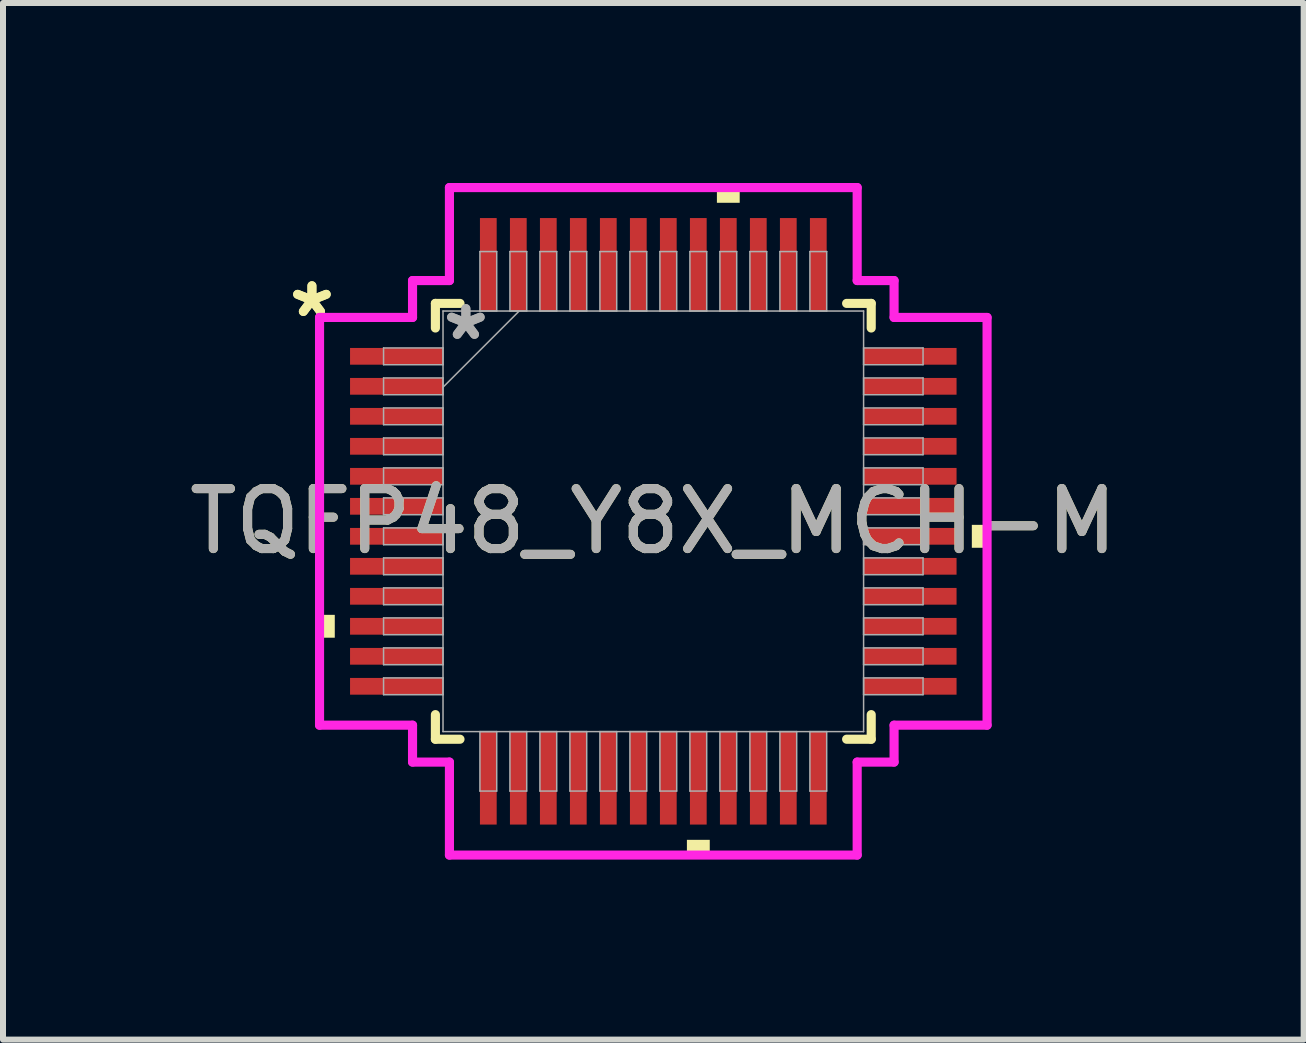
<source format=kicad_pcb>
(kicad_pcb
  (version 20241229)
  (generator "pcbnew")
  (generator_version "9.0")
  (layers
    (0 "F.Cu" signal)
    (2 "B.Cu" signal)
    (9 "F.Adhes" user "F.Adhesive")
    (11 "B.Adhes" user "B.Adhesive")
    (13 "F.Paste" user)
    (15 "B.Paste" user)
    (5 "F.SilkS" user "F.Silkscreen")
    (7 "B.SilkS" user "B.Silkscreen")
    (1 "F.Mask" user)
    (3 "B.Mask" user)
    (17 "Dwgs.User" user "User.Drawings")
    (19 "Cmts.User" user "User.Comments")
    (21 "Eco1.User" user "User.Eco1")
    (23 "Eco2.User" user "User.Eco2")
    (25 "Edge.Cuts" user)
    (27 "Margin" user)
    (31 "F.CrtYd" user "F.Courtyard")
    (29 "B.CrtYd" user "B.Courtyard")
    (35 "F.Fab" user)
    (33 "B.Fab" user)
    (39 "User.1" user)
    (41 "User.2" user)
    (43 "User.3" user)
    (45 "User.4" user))
  (footprint "TQFP48_Y8X_MCH-M"
    (layer "F.Cu")
    (at 7.839 5.639)
    (property "Reference" "TQFP48_Y8X_MCH-M" (at 0 0 0) (unlocked yes) (layer "F.SilkS") (effects (font (size 1 1) (thickness 0.15))))
    (attr smd)
    (fp_line (start -3.632 -3.632) (end -3.632 -3.222) (stroke (width 0.152) (type solid)) (layer "F.SilkS"))
    (fp_line (start -3.632 3.222) (end -3.632 3.632) (stroke (width 0.152) (type solid)) (layer "F.SilkS"))
    (fp_line (start -3.632 3.632) (end -3.222 3.632) (stroke (width 0.152) (type solid)) (layer "F.SilkS"))
    (fp_line (start -3.222 -3.632) (end -3.632 -3.632) (stroke (width 0.152) (type solid)) (layer "F.SilkS"))
    (fp_line (start 3.222 3.632) (end 3.632 3.632) (stroke (width 0.152) (type solid)) (layer "F.SilkS"))
    (fp_line (start 3.632 -3.632) (end 3.222 -3.632) (stroke (width 0.152) (type solid)) (layer "F.SilkS"))
    (fp_line (start 3.632 -3.222) (end 3.632 -3.632) (stroke (width 0.152) (type solid)) (layer "F.SilkS"))
    (fp_line (start 3.632 3.632) (end 3.632 3.222) (stroke (width 0.152) (type solid)) (layer "F.SilkS"))
    (fp_poly (pts (xy -5.563 1.559) (xy -5.563 1.94) (xy -5.309 1.94) (xy -5.309 1.559)) (stroke (width 0) (type solid)) (fill yes) (layer "F.SilkS"))
    (fp_poly (pts (xy 0.56 5.309) (xy 0.56 5.563) (xy 0.941 5.563) (xy 0.941 5.309)) (stroke (width 0) (type solid)) (fill yes) (layer "F.SilkS"))
    (fp_poly (pts (xy 1.06 -5.309) (xy 1.06 -5.563) (xy 1.44 -5.563) (xy 1.44 -5.309)) (stroke (width 0) (type solid)) (fill yes) (layer "F.SilkS"))
    (fp_poly (pts (xy 5.563 0.059) (xy 5.563 0.441) (xy 5.309 0.441) (xy 5.309 0.059)) (stroke (width 0) (type solid)) (fill yes) (layer "F.SilkS"))
    (fp_line (start -5.563 -3.398) (end -4.013 -3.398) (stroke (width 0.152) (type solid)) (layer "F.CrtYd"))
    (fp_line (start -5.563 3.398) (end -5.563 -3.398) (stroke (width 0.152) (type solid)) (layer "F.CrtYd"))
    (fp_line (start -4.013 -4.013) (end -3.398 -4.013) (stroke (width 0.152) (type solid)) (layer "F.CrtYd"))
    (fp_line (start -4.013 -3.398) (end -4.013 -4.013) (stroke (width 0.152) (type solid)) (layer "F.CrtYd"))
    (fp_line (start -4.013 3.398) (end -5.563 3.398) (stroke (width 0.152) (type solid)) (layer "F.CrtYd"))
    (fp_line (start -4.013 4.013) (end -4.013 3.398) (stroke (width 0.152) (type solid)) (layer "F.CrtYd"))
    (fp_line (start -4.013 4.013) (end -3.398 4.013) (stroke (width 0.152) (type solid)) (layer "F.CrtYd"))
    (fp_line (start -3.398 -5.563) (end 3.398 -5.563) (stroke (width 0.152) (type solid)) (layer "F.CrtYd"))
    (fp_line (start -3.398 -4.013) (end -3.398 -5.563) (stroke (width 0.152) (type solid)) (layer "F.CrtYd"))
    (fp_line (start -3.398 4.013) (end -3.398 5.563) (stroke (width 0.152) (type solid)) (layer "F.CrtYd"))
    (fp_line (start -3.398 5.563) (end 3.398 5.563) (stroke (width 0.152) (type solid)) (layer "F.CrtYd"))
    (fp_line (start 3.398 -5.563) (end 3.398 -4.013) (stroke (width 0.152) (type solid)) (layer "F.CrtYd"))
    (fp_line (start 3.398 -4.013) (end 4.013 -4.013) (stroke (width 0.152) (type solid)) (layer "F.CrtYd"))
    (fp_line (start 3.398 4.013) (end 4.013 4.013) (stroke (width 0.152) (type solid)) (layer "F.CrtYd"))
    (fp_line (start 3.398 5.563) (end 3.398 4.013) (stroke (width 0.152) (type solid)) (layer "F.CrtYd"))
    (fp_line (start 4.013 -3.398) (end 4.013 -4.013) (stroke (width 0.152) (type solid)) (layer "F.CrtYd"))
    (fp_line (start 4.013 3.398) (end 5.563 3.398) (stroke (width 0.152) (type solid)) (layer "F.CrtYd"))
    (fp_line (start 4.013 4.013) (end 4.013 3.398) (stroke (width 0.152) (type solid)) (layer "F.CrtYd"))
    (fp_line (start 5.563 -3.398) (end 4.013 -3.398) (stroke (width 0.152) (type solid)) (layer "F.CrtYd"))
    (fp_line (start 5.563 3.398) (end 5.563 -3.398) (stroke (width 0.152) (type solid)) (layer "F.CrtYd"))
    (fp_line (start -4.496 -2.89) (end -4.496 -2.61) (stroke (width 0.025) (type solid)) (layer "F.Fab"))
    (fp_line (start -4.496 -2.61) (end -3.505 -2.61) (stroke (width 0.025) (type solid)) (layer "F.Fab"))
    (fp_line (start -4.496 -2.39) (end -4.496 -2.11) (stroke (width 0.025) (type solid)) (layer "F.Fab"))
    (fp_line (start -4.496 -2.11) (end -3.505 -2.11) (stroke (width 0.025) (type solid)) (layer "F.Fab"))
    (fp_line (start -4.496 -1.89) (end -4.496 -1.61) (stroke (width 0.025) (type solid)) (layer "F.Fab"))
    (fp_line (start -4.496 -1.61) (end -3.505 -1.61) (stroke (width 0.025) (type solid)) (layer "F.Fab"))
    (fp_line (start -4.496 -1.39) (end -4.496 -1.11) (stroke (width 0.025) (type solid)) (layer "F.Fab"))
    (fp_line (start -4.496 -1.11) (end -3.505 -1.11) (stroke (width 0.025) (type solid)) (layer "F.Fab"))
    (fp_line (start -4.496 -0.89) (end -4.496 -0.61) (stroke (width 0.025) (type solid)) (layer "F.Fab"))
    (fp_line (start -4.496 -0.61) (end -3.505 -0.61) (stroke (width 0.025) (type solid)) (layer "F.Fab"))
    (fp_line (start -4.496 -0.39) (end -4.496 -0.11) (stroke (width 0.025) (type solid)) (layer "F.Fab"))
    (fp_line (start -4.496 -0.11) (end -3.505 -0.11) (stroke (width 0.025) (type solid)) (layer "F.Fab"))
    (fp_line (start -4.496 0.11) (end -4.496 0.39) (stroke (width 0.025) (type solid)) (layer "F.Fab"))
    (fp_line (start -4.496 0.39) (end -3.505 0.39) (stroke (width 0.025) (type solid)) (layer "F.Fab"))
    (fp_line (start -4.496 0.61) (end -4.496 0.89) (stroke (width 0.025) (type solid)) (layer "F.Fab"))
    (fp_line (start -4.496 0.89) (end -3.505 0.89) (stroke (width 0.025) (type solid)) (layer "F.Fab"))
    (fp_line (start -4.496 1.11) (end -4.496 1.39) (stroke (width 0.025) (type solid)) (layer "F.Fab"))
    (fp_line (start -4.496 1.39) (end -3.505 1.39) (stroke (width 0.025) (type solid)) (layer "F.Fab"))
    (fp_line (start -4.496 1.61) (end -4.496 1.89) (stroke (width 0.025) (type solid)) (layer "F.Fab"))
    (fp_line (start -4.496 1.89) (end -3.505 1.89) (stroke (width 0.025) (type solid)) (layer "F.Fab"))
    (fp_line (start -4.496 2.11) (end -4.496 2.39) (stroke (width 0.025) (type solid)) (layer "F.Fab"))
    (fp_line (start -4.496 2.39) (end -3.505 2.39) (stroke (width 0.025) (type solid)) (layer "F.Fab"))
    (fp_line (start -4.496 2.61) (end -4.496 2.89) (stroke (width 0.025) (type solid)) (layer "F.Fab"))
    (fp_line (start -4.496 2.89) (end -3.505 2.89) (stroke (width 0.025) (type solid)) (layer "F.Fab"))
    (fp_line (start -3.505 -3.505) (end -3.505 3.505) (stroke (width 0.025) (type solid)) (layer "F.Fab"))
    (fp_line (start -3.505 -2.89) (end -4.496 -2.89) (stroke (width 0.025) (type solid)) (layer "F.Fab"))
    (fp_line (start -3.505 -2.61) (end -3.505 -2.89) (stroke (width 0.025) (type solid)) (layer "F.Fab"))
    (fp_line (start -3.505 -2.39) (end -4.496 -2.39) (stroke (width 0.025) (type solid)) (layer "F.Fab"))
    (fp_line (start -3.505 -2.235) (end -2.235 -3.505) (stroke (width 0.025) (type solid)) (layer "F.Fab"))
    (fp_line (start -3.505 -2.11) (end -3.505 -2.39) (stroke (width 0.025) (type solid)) (layer "F.Fab"))
    (fp_line (start -3.505 -1.89) (end -4.496 -1.89) (stroke (width 0.025) (type solid)) (layer "F.Fab"))
    (fp_line (start -3.505 -1.61) (end -3.505 -1.89) (stroke (width 0.025) (type solid)) (layer "F.Fab"))
    (fp_line (start -3.505 -1.39) (end -4.496 -1.39) (stroke (width 0.025) (type solid)) (layer "F.Fab"))
    (fp_line (start -3.505 -1.11) (end -3.505 -1.39) (stroke (width 0.025) (type solid)) (layer "F.Fab"))
    (fp_line (start -3.505 -0.89) (end -4.496 -0.89) (stroke (width 0.025) (type solid)) (layer "F.Fab"))
    (fp_line (start -3.505 -0.61) (end -3.505 -0.89) (stroke (width 0.025) (type solid)) (layer "F.Fab"))
    (fp_line (start -3.505 -0.39) (end -4.496 -0.39) (stroke (width 0.025) (type solid)) (layer "F.Fab"))
    (fp_line (start -3.505 -0.11) (end -3.505 -0.39) (stroke (width 0.025) (type solid)) (layer "F.Fab"))
    (fp_line (start -3.505 0.11) (end -4.496 0.11) (stroke (width 0.025) (type solid)) (layer "F.Fab"))
    (fp_line (start -3.505 0.39) (end -3.505 0.11) (stroke (width 0.025) (type solid)) (layer "F.Fab"))
    (fp_line (start -3.505 0.61) (end -4.496 0.61) (stroke (width 0.025) (type solid)) (layer "F.Fab"))
    (fp_line (start -3.505 0.89) (end -3.505 0.61) (stroke (width 0.025) (type solid)) (layer "F.Fab"))
    (fp_line (start -3.505 1.11) (end -4.496 1.11) (stroke (width 0.025) (type solid)) (layer "F.Fab"))
    (fp_line (start -3.505 1.39) (end -3.505 1.11) (stroke (width 0.025) (type solid)) (layer "F.Fab"))
    (fp_line (start -3.505 1.61) (end -4.496 1.61) (stroke (width 0.025) (type solid)) (layer "F.Fab"))
    (fp_line (start -3.505 1.89) (end -3.505 1.61) (stroke (width 0.025) (type solid)) (layer "F.Fab"))
    (fp_line (start -3.505 2.11) (end -4.496 2.11) (stroke (width 0.025) (type solid)) (layer "F.Fab"))
    (fp_line (start -3.505 2.39) (end -3.505 2.11) (stroke (width 0.025) (type solid)) (layer "F.Fab"))
    (fp_line (start -3.505 2.61) (end -4.496 2.61) (stroke (width 0.025) (type solid)) (layer "F.Fab"))
    (fp_line (start -3.505 2.89) (end -3.505 2.61) (stroke (width 0.025) (type solid)) (layer "F.Fab"))
    (fp_line (start -3.505 3.505) (end 3.505 3.505) (stroke (width 0.025) (type solid)) (layer "F.Fab"))
    (fp_line (start -2.89 -4.496) (end -2.89 -3.505) (stroke (width 0.025) (type solid)) (layer "F.Fab"))
    (fp_line (start -2.89 -3.505) (end -2.61 -3.505) (stroke (width 0.025) (type solid)) (layer "F.Fab"))
    (fp_line (start -2.89 3.505) (end -2.89 4.496) (stroke (width 0.025) (type solid)) (layer "F.Fab"))
    (fp_line (start -2.89 4.496) (end -2.61 4.496) (stroke (width 0.025) (type solid)) (layer "F.Fab"))
    (fp_line (start -2.61 -4.496) (end -2.89 -4.496) (stroke (width 0.025) (type solid)) (layer "F.Fab"))
    (fp_line (start -2.61 -3.505) (end -2.61 -4.496) (stroke (width 0.025) (type solid)) (layer "F.Fab"))
    (fp_line (start -2.61 3.505) (end -2.89 3.505) (stroke (width 0.025) (type solid)) (layer "F.Fab"))
    (fp_line (start -2.61 4.496) (end -2.61 3.505) (stroke (width 0.025) (type solid)) (layer "F.Fab"))
    (fp_line (start -2.39 -4.496) (end -2.39 -3.505) (stroke (width 0.025) (type solid)) (layer "F.Fab"))
    (fp_line (start -2.39 -3.505) (end -2.11 -3.505) (stroke (width 0.025) (type solid)) (layer "F.Fab"))
    (fp_line (start -2.39 3.505) (end -2.39 4.496) (stroke (width 0.025) (type solid)) (layer "F.Fab"))
    (fp_line (start -2.39 4.496) (end -2.11 4.496) (stroke (width 0.025) (type solid)) (layer "F.Fab"))
    (fp_line (start -2.11 -4.496) (end -2.39 -4.496) (stroke (width 0.025) (type solid)) (layer "F.Fab"))
    (fp_line (start -2.11 -3.505) (end -2.11 -4.496) (stroke (width 0.025) (type solid)) (layer "F.Fab"))
    (fp_line (start -2.11 3.505) (end -2.39 3.505) (stroke (width 0.025) (type solid)) (layer "F.Fab"))
    (fp_line (start -2.11 4.496) (end -2.11 3.505) (stroke (width 0.025) (type solid)) (layer "F.Fab"))
    (fp_line (start -1.89 -4.496) (end -1.89 -3.505) (stroke (width 0.025) (type solid)) (layer "F.Fab"))
    (fp_line (start -1.89 -3.505) (end -1.61 -3.505) (stroke (width 0.025) (type solid)) (layer "F.Fab"))
    (fp_line (start -1.89 3.505) (end -1.89 4.496) (stroke (width 0.025) (type solid)) (layer "F.Fab"))
    (fp_line (start -1.89 4.496) (end -1.61 4.496) (stroke (width 0.025) (type solid)) (layer "F.Fab"))
    (fp_line (start -1.61 -4.496) (end -1.89 -4.496) (stroke (width 0.025) (type solid)) (layer "F.Fab"))
    (fp_line (start -1.61 -3.505) (end -1.61 -4.496) (stroke (width 0.025) (type solid)) (layer "F.Fab"))
    (fp_line (start -1.61 3.505) (end -1.89 3.505) (stroke (width 0.025) (type solid)) (layer "F.Fab"))
    (fp_line (start -1.61 4.496) (end -1.61 3.505) (stroke (width 0.025) (type solid)) (layer "F.Fab"))
    (fp_line (start -1.39 -4.496) (end -1.39 -3.505) (stroke (width 0.025) (type solid)) (layer "F.Fab"))
    (fp_line (start -1.39 -3.505) (end -1.11 -3.505) (stroke (width 0.025) (type solid)) (layer "F.Fab"))
    (fp_line (start -1.39 3.505) (end -1.39 4.496) (stroke (width 0.025) (type solid)) (layer "F.Fab"))
    (fp_line (start -1.39 4.496) (end -1.11 4.496) (stroke (width 0.025) (type solid)) (layer "F.Fab"))
    (fp_line (start -1.11 -4.496) (end -1.39 -4.496) (stroke (width 0.025) (type solid)) (layer "F.Fab"))
    (fp_line (start -1.11 -3.505) (end -1.11 -4.496) (stroke (width 0.025) (type solid)) (layer "F.Fab"))
    (fp_line (start -1.11 3.505) (end -1.39 3.505) (stroke (width 0.025) (type solid)) (layer "F.Fab"))
    (fp_line (start -1.11 4.496) (end -1.11 3.505) (stroke (width 0.025) (type solid)) (layer "F.Fab"))
    (fp_line (start -0.89 -4.496) (end -0.89 -3.505) (stroke (width 0.025) (type solid)) (layer "F.Fab"))
    (fp_line (start -0.89 -3.505) (end -0.61 -3.505) (stroke (width 0.025) (type solid)) (layer "F.Fab"))
    (fp_line (start -0.89 3.505) (end -0.89 4.496) (stroke (width 0.025) (type solid)) (layer "F.Fab"))
    (fp_line (start -0.89 4.496) (end -0.61 4.496) (stroke (width 0.025) (type solid)) (layer "F.Fab"))
    (fp_line (start -0.61 -4.496) (end -0.89 -4.496) (stroke (width 0.025) (type solid)) (layer "F.Fab"))
    (fp_line (start -0.61 -3.505) (end -0.61 -4.496) (stroke (width 0.025) (type solid)) (layer "F.Fab"))
    (fp_line (start -0.61 3.505) (end -0.89 3.505) (stroke (width 0.025) (type solid)) (layer "F.Fab"))
    (fp_line (start -0.61 4.496) (end -0.61 3.505) (stroke (width 0.025) (type solid)) (layer "F.Fab"))
    (fp_line (start -0.39 -4.496) (end -0.39 -3.505) (stroke (width 0.025) (type solid)) (layer "F.Fab"))
    (fp_line (start -0.39 -3.505) (end -0.11 -3.505) (stroke (width 0.025) (type solid)) (layer "F.Fab"))
    (fp_line (start -0.39 3.505) (end -0.39 4.496) (stroke (width 0.025) (type solid)) (layer "F.Fab"))
    (fp_line (start -0.39 4.496) (end -0.11 4.496) (stroke (width 0.025) (type solid)) (layer "F.Fab"))
    (fp_line (start -0.11 -4.496) (end -0.39 -4.496) (stroke (width 0.025) (type solid)) (layer "F.Fab"))
    (fp_line (start -0.11 -3.505) (end -0.11 -4.496) (stroke (width 0.025) (type solid)) (layer "F.Fab"))
    (fp_line (start -0.11 3.505) (end -0.39 3.505) (stroke (width 0.025) (type solid)) (layer "F.Fab"))
    (fp_line (start -0.11 4.496) (end -0.11 3.505) (stroke (width 0.025) (type solid)) (layer "F.Fab"))
    (fp_line (start 0.11 -4.496) (end 0.11 -3.505) (stroke (width 0.025) (type solid)) (layer "F.Fab"))
    (fp_line (start 0.11 -3.505) (end 0.39 -3.505) (stroke (width 0.025) (type solid)) (layer "F.Fab"))
    (fp_line (start 0.11 3.505) (end 0.11 4.496) (stroke (width 0.025) (type solid)) (layer "F.Fab"))
    (fp_line (start 0.11 4.496) (end 0.39 4.496) (stroke (width 0.025) (type solid)) (layer "F.Fab"))
    (fp_line (start 0.39 -4.496) (end 0.11 -4.496) (stroke (width 0.025) (type solid)) (layer "F.Fab"))
    (fp_line (start 0.39 -3.505) (end 0.39 -4.496) (stroke (width 0.025) (type solid)) (layer "F.Fab"))
    (fp_line (start 0.39 3.505) (end 0.11 3.505) (stroke (width 0.025) (type solid)) (layer "F.Fab"))
    (fp_line (start 0.39 4.496) (end 0.39 3.505) (stroke (width 0.025) (type solid)) (layer "F.Fab"))
    (fp_line (start 0.61 -4.496) (end 0.61 -3.505) (stroke (width 0.025) (type solid)) (layer "F.Fab"))
    (fp_line (start 0.61 -3.505) (end 0.89 -3.505) (stroke (width 0.025) (type solid)) (layer "F.Fab"))
    (fp_line (start 0.61 3.505) (end 0.61 4.496) (stroke (width 0.025) (type solid)) (layer "F.Fab"))
    (fp_line (start 0.61 4.496) (end 0.89 4.496) (stroke (width 0.025) (type solid)) (layer "F.Fab"))
    (fp_line (start 0.89 -4.496) (end 0.61 -4.496) (stroke (width 0.025) (type solid)) (layer "F.Fab"))
    (fp_line (start 0.89 -3.505) (end 0.89 -4.496) (stroke (width 0.025) (type solid)) (layer "F.Fab"))
    (fp_line (start 0.89 3.505) (end 0.61 3.505) (stroke (width 0.025) (type solid)) (layer "F.Fab"))
    (fp_line (start 0.89 4.496) (end 0.89 3.505) (stroke (width 0.025) (type solid)) (layer "F.Fab"))
    (fp_line (start 1.11 -4.496) (end 1.11 -3.505) (stroke (width 0.025) (type solid)) (layer "F.Fab"))
    (fp_line (start 1.11 -3.505) (end 1.39 -3.505) (stroke (width 0.025) (type solid)) (layer "F.Fab"))
    (fp_line (start 1.11 3.505) (end 1.11 4.496) (stroke (width 0.025) (type solid)) (layer "F.Fab"))
    (fp_line (start 1.11 4.496) (end 1.39 4.496) (stroke (width 0.025) (type solid)) (layer "F.Fab"))
    (fp_line (start 1.39 -4.496) (end 1.11 -4.496) (stroke (width 0.025) (type solid)) (layer "F.Fab"))
    (fp_line (start 1.39 -3.505) (end 1.39 -4.496) (stroke (width 0.025) (type solid)) (layer "F.Fab"))
    (fp_line (start 1.39 3.505) (end 1.11 3.505) (stroke (width 0.025) (type solid)) (layer "F.Fab"))
    (fp_line (start 1.39 4.496) (end 1.39 3.505) (stroke (width 0.025) (type solid)) (layer "F.Fab"))
    (fp_line (start 1.61 -4.496) (end 1.61 -3.505) (stroke (width 0.025) (type solid)) (layer "F.Fab"))
    (fp_line (start 1.61 -3.505) (end 1.89 -3.505) (stroke (width 0.025) (type solid)) (layer "F.Fab"))
    (fp_line (start 1.61 3.505) (end 1.61 4.496) (stroke (width 0.025) (type solid)) (layer "F.Fab"))
    (fp_line (start 1.61 4.496) (end 1.89 4.496) (stroke (width 0.025) (type solid)) (layer "F.Fab"))
    (fp_line (start 1.89 -4.496) (end 1.61 -4.496) (stroke (width 0.025) (type solid)) (layer "F.Fab"))
    (fp_line (start 1.89 -3.505) (end 1.89 -4.496) (stroke (width 0.025) (type solid)) (layer "F.Fab"))
    (fp_line (start 1.89 3.505) (end 1.61 3.505) (stroke (width 0.025) (type solid)) (layer "F.Fab"))
    (fp_line (start 1.89 4.496) (end 1.89 3.505) (stroke (width 0.025) (type solid)) (layer "F.Fab"))
    (fp_line (start 2.11 -4.496) (end 2.11 -3.505) (stroke (width 0.025) (type solid)) (layer "F.Fab"))
    (fp_line (start 2.11 -3.505) (end 2.39 -3.505) (stroke (width 0.025) (type solid)) (layer "F.Fab"))
    (fp_line (start 2.11 3.505) (end 2.11 4.496) (stroke (width 0.025) (type solid)) (layer "F.Fab"))
    (fp_line (start 2.11 4.496) (end 2.39 4.496) (stroke (width 0.025) (type solid)) (layer "F.Fab"))
    (fp_line (start 2.39 -4.496) (end 2.11 -4.496) (stroke (width 0.025) (type solid)) (layer "F.Fab"))
    (fp_line (start 2.39 -3.505) (end 2.39 -4.496) (stroke (width 0.025) (type solid)) (layer "F.Fab"))
    (fp_line (start 2.39 3.505) (end 2.11 3.505) (stroke (width 0.025) (type solid)) (layer "F.Fab"))
    (fp_line (start 2.39 4.496) (end 2.39 3.505) (stroke (width 0.025) (type solid)) (layer "F.Fab"))
    (fp_line (start 2.61 -4.496) (end 2.61 -3.505) (stroke (width 0.025) (type solid)) (layer "F.Fab"))
    (fp_line (start 2.61 -3.505) (end 2.89 -3.505) (stroke (width 0.025) (type solid)) (layer "F.Fab"))
    (fp_line (start 2.61 3.505) (end 2.61 4.496) (stroke (width 0.025) (type solid)) (layer "F.Fab"))
    (fp_line (start 2.61 4.496) (end 2.89 4.496) (stroke (width 0.025) (type solid)) (layer "F.Fab"))
    (fp_line (start 2.89 -4.496) (end 2.61 -4.496) (stroke (width 0.025) (type solid)) (layer "F.Fab"))
    (fp_line (start 2.89 -3.505) (end 2.89 -4.496) (stroke (width 0.025) (type solid)) (layer "F.Fab"))
    (fp_line (start 2.89 3.505) (end 2.61 3.505) (stroke (width 0.025) (type solid)) (layer "F.Fab"))
    (fp_line (start 2.89 4.496) (end 2.89 3.505) (stroke (width 0.025) (type solid)) (layer "F.Fab"))
    (fp_line (start 3.505 -3.505) (end -3.505 -3.505) (stroke (width 0.025) (type solid)) (layer "F.Fab"))
    (fp_line (start 3.505 -2.89) (end 3.505 -2.61) (stroke (width 0.025) (type solid)) (layer "F.Fab"))
    (fp_line (start 3.505 -2.61) (end 4.496 -2.61) (stroke (width 0.025) (type solid)) (layer "F.Fab"))
    (fp_line (start 3.505 -2.39) (end 3.505 -2.11) (stroke (width 0.025) (type solid)) (layer "F.Fab"))
    (fp_line (start 3.505 -2.11) (end 4.496 -2.11) (stroke (width 0.025) (type solid)) (layer "F.Fab"))
    (fp_line (start 3.505 -1.89) (end 3.505 -1.61) (stroke (width 0.025) (type solid)) (layer "F.Fab"))
    (fp_line (start 3.505 -1.61) (end 4.496 -1.61) (stroke (width 0.025) (type solid)) (layer "F.Fab"))
    (fp_line (start 3.505 -1.39) (end 3.505 -1.11) (stroke (width 0.025) (type solid)) (layer "F.Fab"))
    (fp_line (start 3.505 -1.11) (end 4.496 -1.11) (stroke (width 0.025) (type solid)) (layer "F.Fab"))
    (fp_line (start 3.505 -0.89) (end 3.505 -0.61) (stroke (width 0.025) (type solid)) (layer "F.Fab"))
    (fp_line (start 3.505 -0.61) (end 4.496 -0.61) (stroke (width 0.025) (type solid)) (layer "F.Fab"))
    (fp_line (start 3.505 -0.39) (end 3.505 -0.11) (stroke (width 0.025) (type solid)) (layer "F.Fab"))
    (fp_line (start 3.505 -0.11) (end 4.496 -0.11) (stroke (width 0.025) (type solid)) (layer "F.Fab"))
    (fp_line (start 3.505 0.11) (end 3.505 0.39) (stroke (width 0.025) (type solid)) (layer "F.Fab"))
    (fp_line (start 3.505 0.39) (end 4.496 0.39) (stroke (width 0.025) (type solid)) (layer "F.Fab"))
    (fp_line (start 3.505 0.61) (end 3.505 0.89) (stroke (width 0.025) (type solid)) (layer "F.Fab"))
    (fp_line (start 3.505 0.89) (end 4.496 0.89) (stroke (width 0.025) (type solid)) (layer "F.Fab"))
    (fp_line (start 3.505 1.11) (end 3.505 1.39) (stroke (width 0.025) (type solid)) (layer "F.Fab"))
    (fp_line (start 3.505 1.39) (end 4.496 1.39) (stroke (width 0.025) (type solid)) (layer "F.Fab"))
    (fp_line (start 3.505 1.61) (end 3.505 1.89) (stroke (width 0.025) (type solid)) (layer "F.Fab"))
    (fp_line (start 3.505 1.89) (end 4.496 1.89) (stroke (width 0.025) (type solid)) (layer "F.Fab"))
    (fp_line (start 3.505 2.11) (end 3.505 2.39) (stroke (width 0.025) (type solid)) (layer "F.Fab"))
    (fp_line (start 3.505 2.39) (end 4.496 2.39) (stroke (width 0.025) (type solid)) (layer "F.Fab"))
    (fp_line (start 3.505 2.61) (end 3.505 2.89) (stroke (width 0.025) (type solid)) (layer "F.Fab"))
    (fp_line (start 3.505 2.89) (end 4.496 2.89) (stroke (width 0.025) (type solid)) (layer "F.Fab"))
    (fp_line (start 3.505 3.505) (end 3.505 -3.505) (stroke (width 0.025) (type solid)) (layer "F.Fab"))
    (fp_line (start 4.496 -2.89) (end 3.505 -2.89) (stroke (width 0.025) (type solid)) (layer "F.Fab"))
    (fp_line (start 4.496 -2.61) (end 4.496 -2.89) (stroke (width 0.025) (type solid)) (layer "F.Fab"))
    (fp_line (start 4.496 -2.39) (end 3.505 -2.39) (stroke (width 0.025) (type solid)) (layer "F.Fab"))
    (fp_line (start 4.496 -2.11) (end 4.496 -2.39) (stroke (width 0.025) (type solid)) (layer "F.Fab"))
    (fp_line (start 4.496 -1.89) (end 3.505 -1.89) (stroke (width 0.025) (type solid)) (layer "F.Fab"))
    (fp_line (start 4.496 -1.61) (end 4.496 -1.89) (stroke (width 0.025) (type solid)) (layer "F.Fab"))
    (fp_line (start 4.496 -1.39) (end 3.505 -1.39) (stroke (width 0.025) (type solid)) (layer "F.Fab"))
    (fp_line (start 4.496 -1.11) (end 4.496 -1.39) (stroke (width 0.025) (type solid)) (layer "F.Fab"))
    (fp_line (start 4.496 -0.89) (end 3.505 -0.89) (stroke (width 0.025) (type solid)) (layer "F.Fab"))
    (fp_line (start 4.496 -0.61) (end 4.496 -0.89) (stroke (width 0.025) (type solid)) (layer "F.Fab"))
    (fp_line (start 4.496 -0.39) (end 3.505 -0.39) (stroke (width 0.025) (type solid)) (layer "F.Fab"))
    (fp_line (start 4.496 -0.11) (end 4.496 -0.39) (stroke (width 0.025) (type solid)) (layer "F.Fab"))
    (fp_line (start 4.496 0.11) (end 3.505 0.11) (stroke (width 0.025) (type solid)) (layer "F.Fab"))
    (fp_line (start 4.496 0.39) (end 4.496 0.11) (stroke (width 0.025) (type solid)) (layer "F.Fab"))
    (fp_line (start 4.496 0.61) (end 3.505 0.61) (stroke (width 0.025) (type solid)) (layer "F.Fab"))
    (fp_line (start 4.496 0.89) (end 4.496 0.61) (stroke (width 0.025) (type solid)) (layer "F.Fab"))
    (fp_line (start 4.496 1.11) (end 3.505 1.11) (stroke (width 0.025) (type solid)) (layer "F.Fab"))
    (fp_line (start 4.496 1.39) (end 4.496 1.11) (stroke (width 0.025) (type solid)) (layer "F.Fab"))
    (fp_line (start 4.496 1.61) (end 3.505 1.61) (stroke (width 0.025) (type solid)) (layer "F.Fab"))
    (fp_line (start 4.496 1.89) (end 4.496 1.61) (stroke (width 0.025) (type solid)) (layer "F.Fab"))
    (fp_line (start 4.496 2.11) (end 3.505 2.11) (stroke (width 0.025) (type solid)) (layer "F.Fab"))
    (fp_line (start 4.496 2.39) (end 4.496 2.11) (stroke (width 0.025) (type solid)) (layer "F.Fab"))
    (fp_line (start 4.496 2.61) (end 3.505 2.61) (stroke (width 0.025) (type solid)) (layer "F.Fab"))
    (fp_line (start 4.496 2.89) (end 4.496 2.61) (stroke (width 0.025) (type solid)) (layer "F.Fab"))
    (fp_text user "*" (at -5.69 -3.381 0) (layer "F.SilkS") (effects (font (size 1 1) (thickness 0.15))))
    (fp_text user "*" (at -5.69 -3.381 0) (unlocked yes) (layer "F.SilkS") (effects (font (size 1 1) (thickness 0.15))))
    (fp_text user "*" (at -3.124 -3 0) (unlocked yes) (layer "F.Fab") (effects (font (size 1 1) (thickness 0.15))))
    (fp_text user "*" (at -3.124 -3 0) (layer "F.Fab") (effects (font (size 1 1) (thickness 0.15))))
    (fp_text user "${REFERENCE}" (at 0 0 0) (unlocked yes) (layer "F.Fab") (effects (font (size 1 1) (thickness 0.15))))
    (pad "1" smd rect (at -4.28 -2.75 90) (size 0.279 1.549) (layers "F.Cu" "F.Mask" "F.Paste"))
    (pad "2" smd rect (at -4.28 -2.25 90) (size 0.279 1.549) (layers "F.Cu" "F.Mask" "F.Paste"))
    (pad "3" smd rect (at -4.28 -1.75 90) (size 0.279 1.549) (layers "F.Cu" "F.Mask" "F.Paste"))
    (pad "4" smd rect (at -4.28 -1.25 90) (size 0.279 1.549) (layers "F.Cu" "F.Mask" "F.Paste"))
    (pad "5" smd rect (at -4.28 -0.75 90) (size 0.279 1.549) (layers "F.Cu" "F.Mask" "F.Paste"))
    (pad "6" smd rect (at -4.28 -0.25 90) (size 0.279 1.549) (layers "F.Cu" "F.Mask" "F.Paste"))
    (pad "7" smd rect (at -4.28 0.25 90) (size 0.279 1.549) (layers "F.Cu" "F.Mask" "F.Paste"))
    (pad "8" smd rect (at -4.28 0.75 90) (size 0.279 1.549) (layers "F.Cu" "F.Mask" "F.Paste"))
    (pad "9" smd rect (at -4.28 1.25 90) (size 0.279 1.549) (layers "F.Cu" "F.Mask" "F.Paste"))
    (pad "10" smd rect (at -4.28 1.75 90) (size 0.279 1.549) (layers "F.Cu" "F.Mask" "F.Paste"))
    (pad "11" smd rect (at -4.28 2.25 90) (size 0.279 1.549) (layers "F.Cu" "F.Mask" "F.Paste"))
    (pad "12" smd rect (at -4.28 2.75 90) (size 0.279 1.549) (layers "F.Cu" "F.Mask" "F.Paste"))
    (pad "13" smd rect (at -2.75 4.28) (size 0.279 1.549) (layers "F.Cu" "F.Mask" "F.Paste"))
    (pad "14" smd rect (at -2.25 4.28) (size 0.279 1.549) (layers "F.Cu" "F.Mask" "F.Paste"))
    (pad "15" smd rect (at -1.75 4.28) (size 0.279 1.549) (layers "F.Cu" "F.Mask" "F.Paste"))
    (pad "16" smd rect (at -1.25 4.28) (size 0.279 1.549) (layers "F.Cu" "F.Mask" "F.Paste"))
    (pad "17" smd rect (at -0.75 4.28) (size 0.279 1.549) (layers "F.Cu" "F.Mask" "F.Paste"))
    (pad "18" smd rect (at -0.25 4.28) (size 0.279 1.549) (layers "F.Cu" "F.Mask" "F.Paste"))
    (pad "19" smd rect (at 0.25 4.28) (size 0.279 1.549) (layers "F.Cu" "F.Mask" "F.Paste"))
    (pad "20" smd rect (at 0.75 4.28) (size 0.279 1.549) (layers "F.Cu" "F.Mask" "F.Paste"))
    (pad "21" smd rect (at 1.25 4.28) (size 0.279 1.549) (layers "F.Cu" "F.Mask" "F.Paste"))
    (pad "22" smd rect (at 1.75 4.28) (size 0.279 1.549) (layers "F.Cu" "F.Mask" "F.Paste"))
    (pad "23" smd rect (at 2.25 4.28) (size 0.279 1.549) (layers "F.Cu" "F.Mask" "F.Paste"))
    (pad "24" smd rect (at 2.75 4.28) (size 0.279 1.549) (layers "F.Cu" "F.Mask" "F.Paste"))
    (pad "25" smd rect (at 4.28 2.75 90) (size 0.279 1.549) (layers "F.Cu" "F.Mask" "F.Paste"))
    (pad "26" smd rect (at 4.28 2.25 90) (size 0.279 1.549) (layers "F.Cu" "F.Mask" "F.Paste"))
    (pad "27" smd rect (at 4.28 1.75 90) (size 0.279 1.549) (layers "F.Cu" "F.Mask" "F.Paste"))
    (pad "28" smd rect (at 4.28 1.25 90) (size 0.279 1.549) (layers "F.Cu" "F.Mask" "F.Paste"))
    (pad "29" smd rect (at 4.28 0.75 90) (size 0.279 1.549) (layers "F.Cu" "F.Mask" "F.Paste"))
    (pad "30" smd rect (at 4.28 0.25 90) (size 0.279 1.549) (layers "F.Cu" "F.Mask" "F.Paste"))
    (pad "31" smd rect (at 4.28 -0.25 90) (size 0.279 1.549) (layers "F.Cu" "F.Mask" "F.Paste"))
    (pad "32" smd rect (at 4.28 -0.75 90) (size 0.279 1.549) (layers "F.Cu" "F.Mask" "F.Paste"))
    (pad "33" smd rect (at 4.28 -1.25 90) (size 0.279 1.549) (layers "F.Cu" "F.Mask" "F.Paste"))
    (pad "34" smd rect (at 4.28 -1.75 90) (size 0.279 1.549) (layers "F.Cu" "F.Mask" "F.Paste"))
    (pad "35" smd rect (at 4.28 -2.25 90) (size 0.279 1.549) (layers "F.Cu" "F.Mask" "F.Paste"))
    (pad "36" smd rect (at 4.28 -2.75 90) (size 0.279 1.549) (layers "F.Cu" "F.Mask" "F.Paste"))
    (pad "37" smd rect (at 2.75 -4.28) (size 0.279 1.549) (layers "F.Cu" "F.Mask" "F.Paste"))
    (pad "38" smd rect (at 2.25 -4.28) (size 0.279 1.549) (layers "F.Cu" "F.Mask" "F.Paste"))
    (pad "39" smd rect (at 1.75 -4.28) (size 0.279 1.549) (layers "F.Cu" "F.Mask" "F.Paste"))
    (pad "40" smd rect (at 1.25 -4.28) (size 0.279 1.549) (layers "F.Cu" "F.Mask" "F.Paste"))
    (pad "41" smd rect (at 0.75 -4.28) (size 0.279 1.549) (layers "F.Cu" "F.Mask" "F.Paste"))
    (pad "42" smd rect (at 0.25 -4.28) (size 0.279 1.549) (layers "F.Cu" "F.Mask" "F.Paste"))
    (pad "43" smd rect (at -0.25 -4.28) (size 0.279 1.549) (layers "F.Cu" "F.Mask" "F.Paste"))
    (pad "44" smd rect (at -0.75 -4.28) (size 0.279 1.549) (layers "F.Cu" "F.Mask" "F.Paste"))
    (pad "45" smd rect (at -1.25 -4.28) (size 0.279 1.549) (layers "F.Cu" "F.Mask" "F.Paste"))
    (pad "46" smd rect (at -1.75 -4.28) (size 0.279 1.549) (layers "F.Cu" "F.Mask" "F.Paste"))
    (pad "47" smd rect (at -2.25 -4.28) (size 0.279 1.549) (layers "F.Cu" "F.Mask" "F.Paste"))
    (pad "48" smd rect (at -2.75 -4.28) (size 0.279 1.549) (layers "F.Cu" "F.Mask" "F.Paste")))
  (gr_rect
    (start -3 -3)
    (end 18.679 14.278)
    (stroke (width 0.1) (type default))
    (fill no)
    (layer "Edge.Cuts")))
</source>
